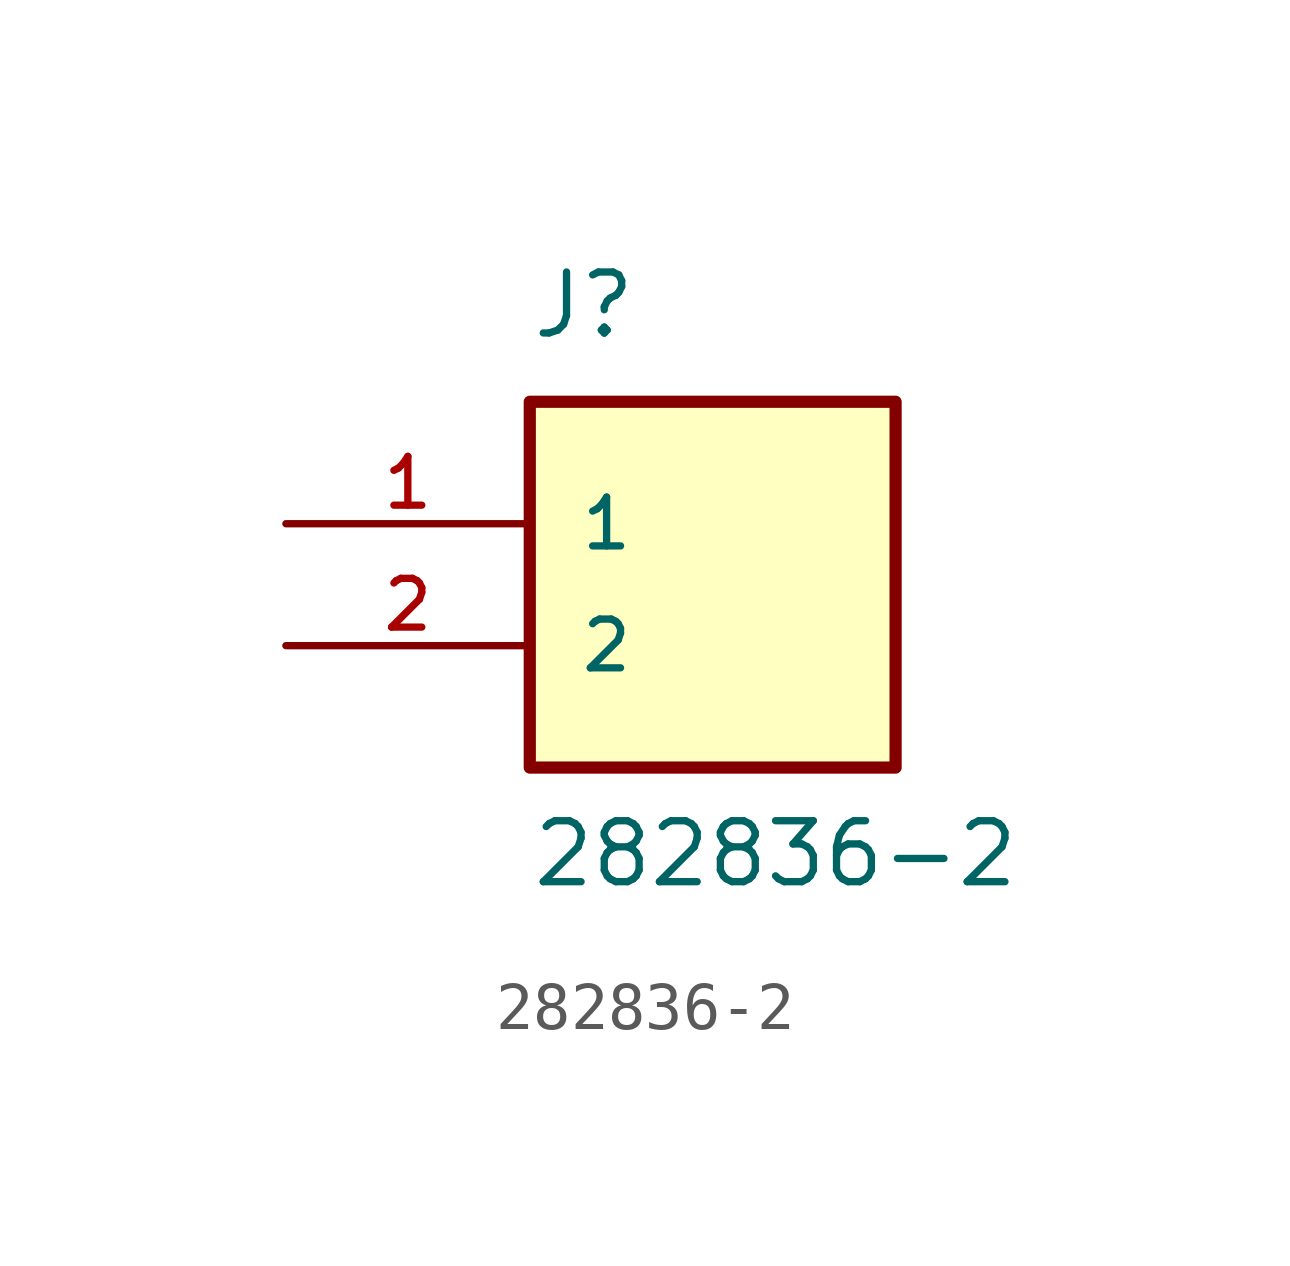
<source format=kicad_sym>
(kicad_symbol_lib
  (version 20220914)
  (generator kicad_symbol_editor)
  (symbol "282836-2"
    (pin_names
      (offset 1.016))
    (property "Reference" "J"
      (at 0 6.35 0)
      (effects (font (size 1.27 1.27)) (justify left bottom)))
    (property "Value" "282836-2"
      (at 0 -5.08 0)
      (effects (font (size 1.27 1.27)) (justify left bottom)))
    (symbol "282836-2_0_0"
      (rectangle (start 0 5.08) (end 7.62 -2.54) (stroke (width 0.254) (type default)) (fill (type background)))
      (pin passive line (at -5.08 2.54 0) (length 5.08) (name "1" (effects (font (size 1.016 1.016)))) (number "1" (effects (font (size 1.016 1.016)))))
      (pin passive line (at -5.08 0 0) (length 5.08) (name "2" (effects (font (size 1.016 1.016)))) (number "2" (effects (font (size 1.016 1.016))))))))
</source>
